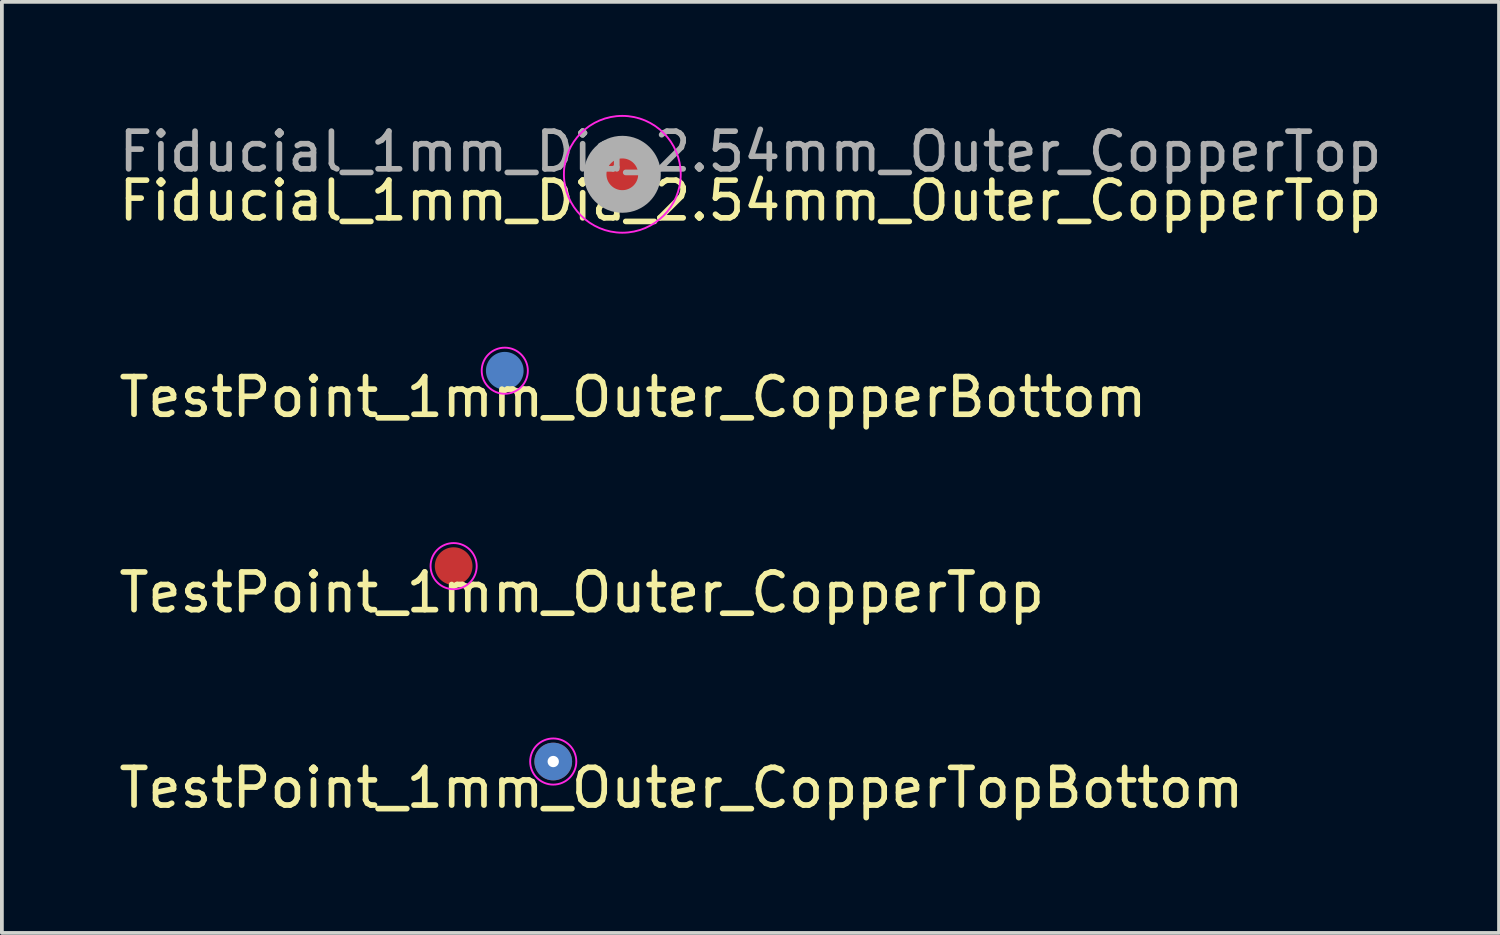
<source format=kicad_pcb>
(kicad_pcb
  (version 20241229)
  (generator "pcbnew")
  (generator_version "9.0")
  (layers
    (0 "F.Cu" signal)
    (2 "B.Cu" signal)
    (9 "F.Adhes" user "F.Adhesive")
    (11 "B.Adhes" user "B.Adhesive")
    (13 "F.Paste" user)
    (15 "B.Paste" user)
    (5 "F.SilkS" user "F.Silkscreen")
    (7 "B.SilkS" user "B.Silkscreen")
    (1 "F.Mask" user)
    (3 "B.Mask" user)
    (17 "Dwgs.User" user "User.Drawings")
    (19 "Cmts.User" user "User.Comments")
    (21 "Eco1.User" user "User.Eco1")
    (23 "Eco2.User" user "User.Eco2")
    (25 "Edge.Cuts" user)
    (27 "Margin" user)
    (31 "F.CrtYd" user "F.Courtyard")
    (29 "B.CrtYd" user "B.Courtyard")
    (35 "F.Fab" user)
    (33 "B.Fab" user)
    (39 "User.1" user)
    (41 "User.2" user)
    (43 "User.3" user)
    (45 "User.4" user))
  (footprint "TestPoint_1mm_Outer_CopperTop"
    (layer "F.Cu")
    (at 8.987 11.972)
    (property "Reference" "TestPoint_1mm_Outer_CopperTop" (at 3.4 0.7 0) (layer "F.SilkS") (effects (font (size 1 1) (thickness 0.15))))
    (attr exclude_from_pos_files exclude_from_bom)
    (fp_circle (center 0 0) (end 0.61 -0.051) (stroke (width 0.05) (type solid)) (fill no) (layer "F.CrtYd"))
    (pad "1" smd circle (at 0 0) (size 1 1) (layers "F.Cu" "F.Mask")))
  (footprint "TestPoint_1mm_Outer_CopperTopBottom"
    (layer "F.Cu")
    (at 11.63 17.157)
    (property "Reference" "TestPoint_1mm_Outer_CopperTopBottom" (at 3.4 0.7 0) (layer "F.SilkS") (effects (font (size 1 1) (thickness 0.15))))
    (attr exclude_from_pos_files exclude_from_bom)
    (fp_circle (center 0 0) (end 0.61 -0.051) (stroke (width 0.05) (type solid)) (fill no) (layer "F.CrtYd"))
    (pad "1" thru_hole circle (at 0 0) (size 1 1) (drill 0.3) (layers "*.Cu" "*.Mask")))
  (footprint "TestPoint_1mm_Outer_CopperBottom"
    (layer "F.Cu")
    (at 10.344 6.787)
    (property "Reference" "TestPoint_1mm_Outer_CopperBottom" (at 3.4 0.7 0) (layer "F.SilkS") (effects (font (size 1 1) (thickness 0.15))))
    (attr exclude_from_pos_files exclude_from_bom)
    (fp_circle (center 0 0) (end 0.61 -0.051) (stroke (width 0.05) (type solid)) (fill no) (layer "F.CrtYd"))
    (pad "1" smd circle (at 0 0) (size 1 1) (layers "B.Cu" "B.Mask")))
  (footprint "Fiducial_1mm_Dia_2.54mm_Outer_CopperTop"
    (layer "F.Cu")
    (at 13.463 1.575)
    (property "Reference" "Fiducial_1mm_Dia_2.54mm_Outer_CopperTop" (at 3.4 0.7 0) (layer "F.SilkS") (effects (font (size 1 1) (thickness 0.15))))
    (attr exclude_from_pos_files exclude_from_bom)
    (fp_circle (center 0 0) (end 1.55 0) (stroke (width 0.05) (type solid)) (fill no) (layer "F.CrtYd"))
    (fp_circle (center 0 0) (end 0.6 0.4) (stroke (width 0.6) (type solid)) (fill no) (layer "F.Fab"))
    (fp_text user "${REFERENCE}" (at 3.4 -0.6 0) (layer "F.Fab") (effects (font (size 1 1) (thickness 0.15))))
    (pad "~" smd circle (at 0 0) (size 1 1) (layers "F.Cu" "F.Mask")))
  (gr_rect
    (start -3 -3)
    (end 36.726 21.705)
    (stroke (width 0.1) (type default))
    (fill no)
    (layer "Edge.Cuts")))
</source>
